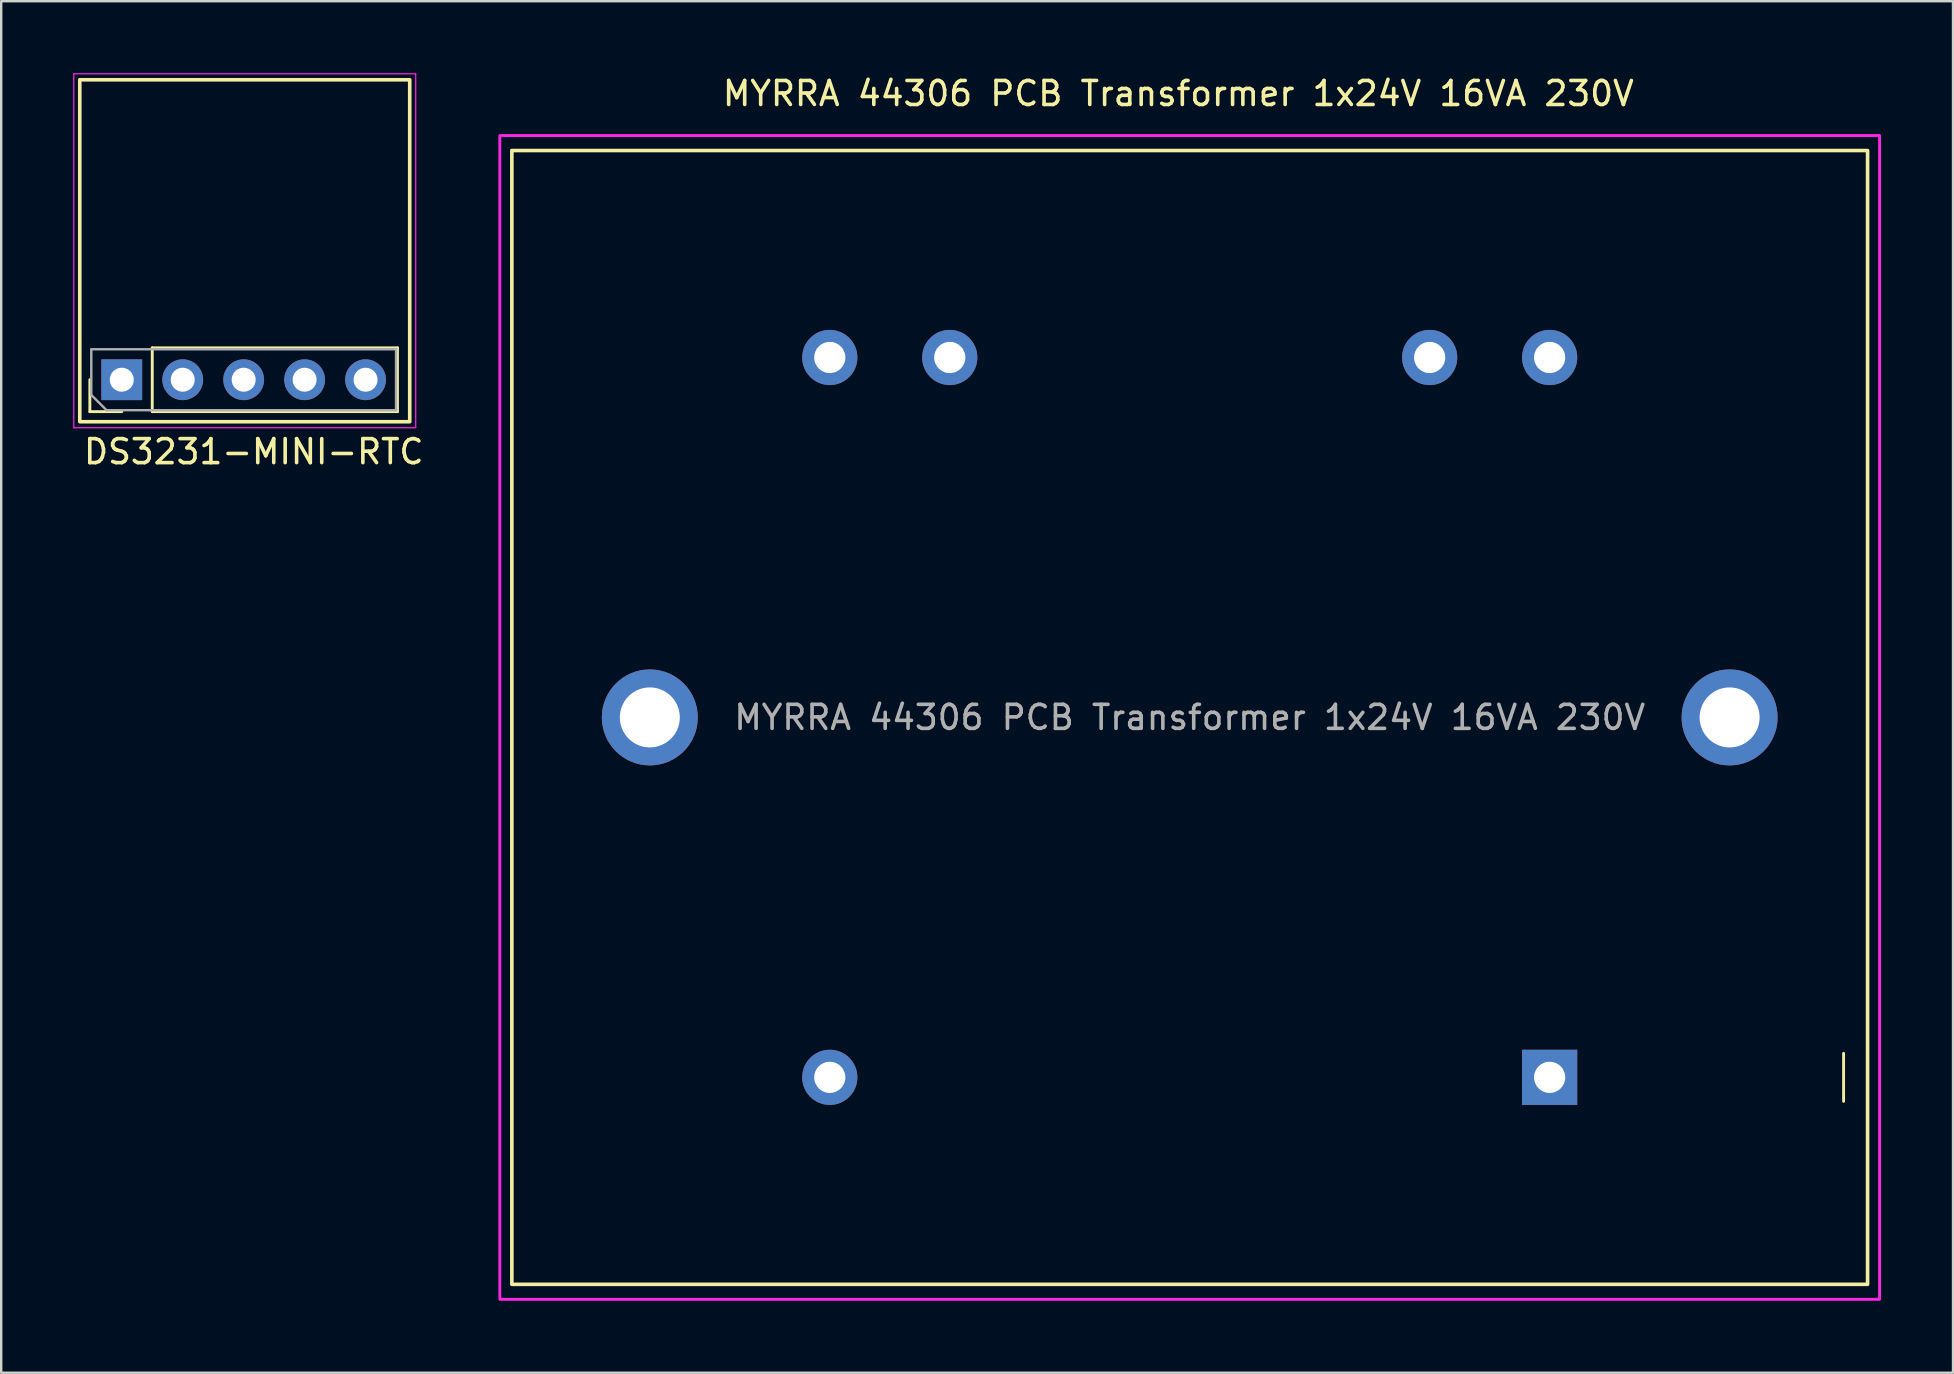
<source format=kicad_pcb>
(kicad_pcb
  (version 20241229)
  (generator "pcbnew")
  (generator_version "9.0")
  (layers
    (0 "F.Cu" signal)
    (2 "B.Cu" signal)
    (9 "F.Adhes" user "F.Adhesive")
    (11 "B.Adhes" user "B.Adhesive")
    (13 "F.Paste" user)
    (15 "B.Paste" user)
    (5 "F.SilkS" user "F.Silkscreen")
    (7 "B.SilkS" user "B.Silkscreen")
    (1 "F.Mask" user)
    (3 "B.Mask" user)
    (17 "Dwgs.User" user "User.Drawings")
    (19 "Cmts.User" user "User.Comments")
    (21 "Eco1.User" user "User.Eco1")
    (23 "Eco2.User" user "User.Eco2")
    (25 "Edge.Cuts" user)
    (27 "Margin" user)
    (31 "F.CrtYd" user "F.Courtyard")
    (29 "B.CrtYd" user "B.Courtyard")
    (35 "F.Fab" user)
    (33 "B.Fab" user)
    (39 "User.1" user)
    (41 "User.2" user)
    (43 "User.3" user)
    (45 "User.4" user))
  (footprint "DS3231-MINI-RTC"
    (layer "F.Cu")
    (at 2.025 12.775)
    (property "Reference" "DS3231-MINI-RTC" (at 5.5 3 180) (layer "F.SilkS") (effects (font (size 1 1) (thickness 0.15))))
    (attr through_hole)
    (fp_line (start -1.33 1.33) (end -1.33 0) (stroke (width 0.12) (type solid)) (layer "F.SilkS"))
    (fp_line (start 0 1.33) (end -1.33 1.33) (stroke (width 0.12) (type solid)) (layer "F.SilkS"))
    (fp_line (start 1.27 -1.33) (end 11.49 -1.33) (stroke (width 0.12) (type solid)) (layer "F.SilkS"))
    (fp_line (start 1.27 1.33) (end 1.27 -1.33) (stroke (width 0.12) (type solid)) (layer "F.SilkS"))
    (fp_line (start 1.27 1.33) (end 11.49 1.33) (stroke (width 0.12) (type solid)) (layer "F.SilkS"))
    (fp_line (start 11.49 1.33) (end 11.49 -1.33) (stroke (width 0.12) (type solid)) (layer "F.SilkS"))
    (fp_rect (start -1.75 -12.5) (end 12 1.75) (stroke (width 0.15) (type default)) (fill no) (layer "F.SilkS"))
    (fp_line (start -2 -12.75) (end 12.25 -12.75) (stroke (width 0.05) (type solid)) (layer "F.CrtYd"))
    (fp_line (start -2 2) (end -2 -12.75) (stroke (width 0.05) (type solid)) (layer "F.CrtYd"))
    (fp_line (start -2 2) (end 12.25 2) (stroke (width 0.05) (type solid)) (layer "F.CrtYd"))
    (fp_line (start 12.25 -12.75) (end 12.25 2) (stroke (width 0.05) (type solid)) (layer "F.CrtYd"))
    (fp_line (start -1.27 -1.27) (end 11.43 -1.27) (stroke (width 0.1) (type solid)) (layer "F.Fab"))
    (fp_line (start -1.27 0.635) (end -1.27 -1.27) (stroke (width 0.1) (type solid)) (layer "F.Fab"))
    (fp_line (start -0.635 1.27) (end -1.27 0.635) (stroke (width 0.1) (type solid)) (layer "F.Fab"))
    (fp_line (start 11.43 -1.27) (end 11.43 1.27) (stroke (width 0.1) (type solid)) (layer "F.Fab"))
    (fp_line (start 11.43 1.27) (end -0.635 1.27) (stroke (width 0.1) (type solid)) (layer "F.Fab"))
    (pad "1" thru_hole rect (at 0 0 90) (size 1.7 1.7) (drill 1) (layers "*.Cu" "*.Mask"))
    (pad "2" thru_hole oval (at 2.54 0 90) (size 1.7 1.7) (drill 1) (layers "*.Cu" "*.Mask"))
    (pad "3" thru_hole oval (at 5.08 0 90) (size 1.7 1.7) (drill 1) (layers "*.Cu" "*.Mask"))
    (pad "4" thru_hole oval (at 7.62 0 90) (size 1.7 1.7) (drill 1) (layers "*.Cu" "*.Mask"))
    (pad "5" thru_hole oval (at 10.16 0 90) (size 1.7 1.7) (drill 1) (layers "*.Cu" "*.Mask")))
  (footprint "MYRRA 44306 PCB Transformer 1x24V 16VA 230V"
    (layer "F.Cu")
    (at 61.531 41.838)
    (property "Reference" "MYRRA 44306 PCB Transformer 1x24V 16VA 230V" (at -15.475 -40.99 0) (unlocked yes) (layer "F.SilkS") (effects (font (size 1 1) (thickness 0.15))))
    (attr through_hole)
    (fp_line (start 12.25 -0.99) (end 12.25 1.01) (stroke (width 0.12) (type default)) (layer "F.SilkS"))
    (fp_rect (start 13.25 -38.615) (end -43.25 8.635) (stroke (width 0.15) (type default)) (fill no) (layer "F.SilkS"))
    (fp_rect (start 13.75 -39.24) (end -43.75 9.26) (stroke (width 0.12) (type default)) (fill no) (layer "F.CrtYd"))
    (fp_text user "${REFERENCE}" (at -15 -14.99 0) (layer "F.Fab") (effects (font (size 1 1) (thickness 0.15))))
    (pad "" thru_hole circle (at -37.5 -14.99) (size 4 4) (drill 2.5) (layers "*.Cu" "*.Mask"))
    (pad "" thru_hole circle (at 7.5 -14.99) (size 4 4) (drill 2.5) (layers "*.Cu" "*.Mask"))
    (pad "1" thru_hole rect (at 0 0.01) (size 2.3 2.3) (drill 1.3) (layers "*.Cu" "*.Mask"))
    (pad "7" thru_hole circle (at -30 0.01) (size 2.3 2.3) (drill 1.3) (layers "*.Cu" "*.Mask"))
    (pad "8" thru_hole circle (at -30 -29.99) (size 2.3 2.3) (drill 1.3) (layers "*.Cu" "*.Mask"))
    (pad "9" thru_hole circle (at -25 -29.99) (size 2.3 2.3) (drill 1.3) (layers "*.Cu" "*.Mask"))
    (pad "13" thru_hole circle (at -5 -29.99) (size 2.3 2.3) (drill 1.3) (layers "*.Cu" "*.Mask"))
    (pad "14" thru_hole circle (at 0 -29.99) (size 2.3 2.3) (drill 1.3) (layers "*.Cu" "*.Mask")))
  (gr_rect
    (start -3 -3)
    (end 78.341 54.158)
    (stroke (width 0.1) (type default))
    (fill no)
    (layer "Edge.Cuts")))
</source>
